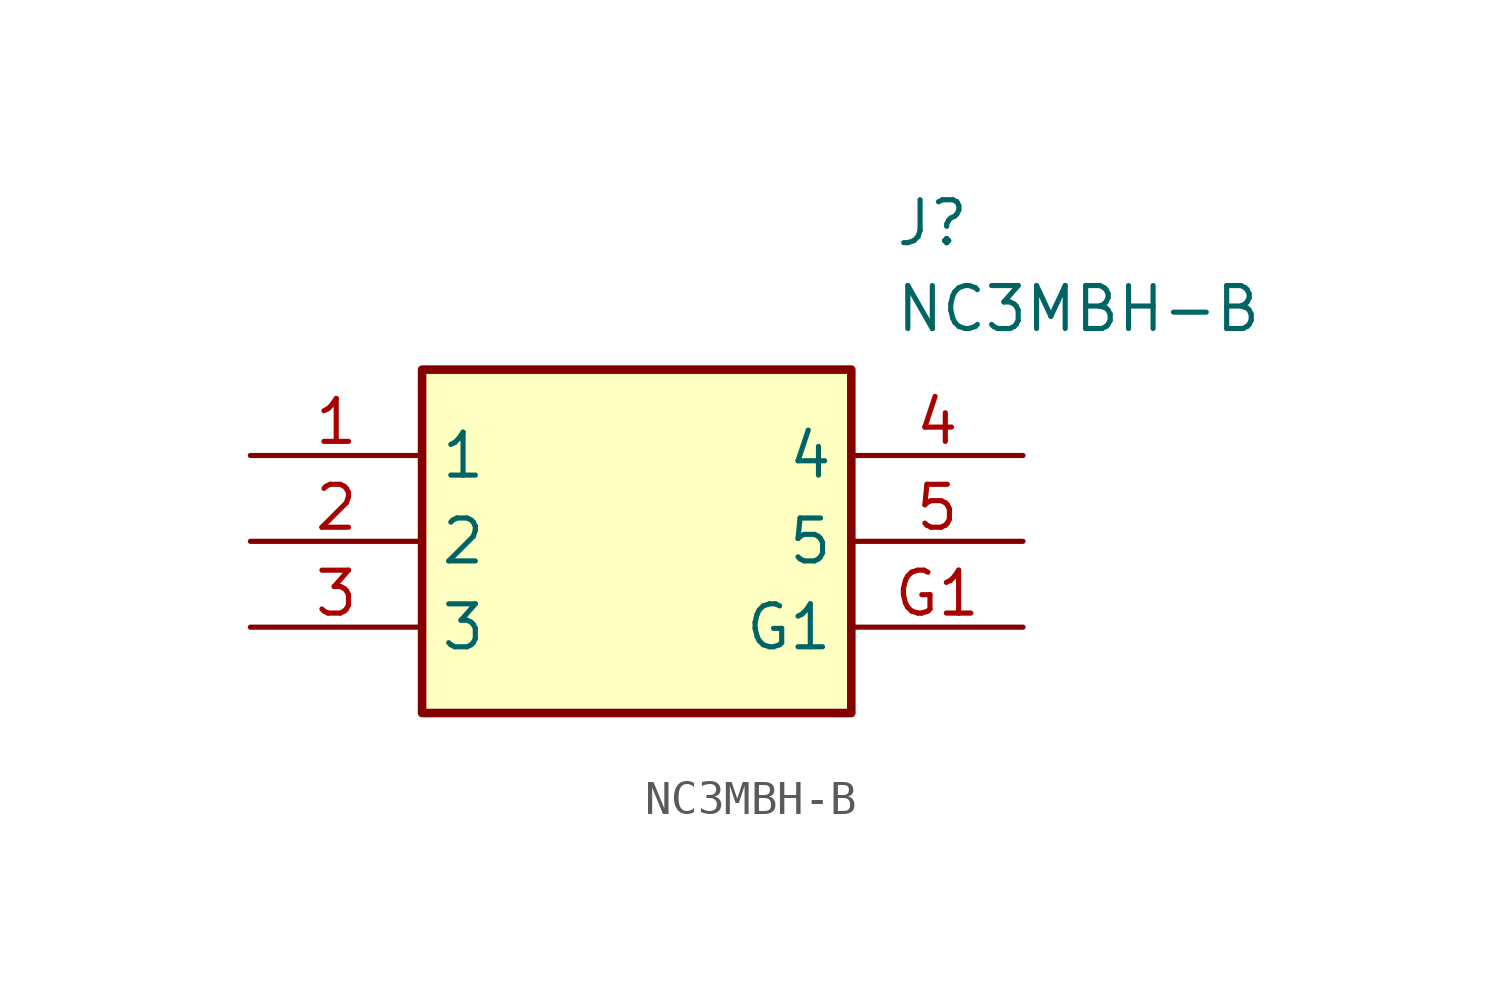
<source format=kicad_sym>
(kicad_symbol_lib
  (version 20211014)
  (generator SamacSys_ECAD_Model)
  (symbol "NC3MBH-B"
    (property "Reference" "J"
      (at 19.05 7.62 0)
      (effects (font (size 1.27 1.27)) (justify left top)))
    (property "Value" "NC3MBH-B"
      (at 19.05 5.08 0)
      (effects (font (size 1.27 1.27)) (justify left top)))
    (rectangle
      (start 5.08 2.54)
      (end 17.78 -7.62)
      (stroke (width 0.254) (type default))
      (fill (type background)))
    (pin passive line
      (at 0 0 0)
      (length 5.08)
      (name "1" (effects (font (size 1.27 1.27))))
      (number "1" (effects (font (size 1.27 1.27)))))
    (pin passive line
      (at 0 -2.54 0)
      (length 5.08)
      (name "2" (effects (font (size 1.27 1.27))))
      (number "2" (effects (font (size 1.27 1.27)))))
    (pin passive line
      (at 0 -5.08 0)
      (length 5.08)
      (name "3" (effects (font (size 1.27 1.27))))
      (number "3" (effects (font (size 1.27 1.27)))))
    (pin passive line
      (at 22.86 0 180)
      (length 5.08)
      (name "4" (effects (font (size 1.27 1.27))))
      (number "4" (effects (font (size 1.27 1.27)))))
    (pin passive line
      (at 22.86 -2.54 180)
      (length 5.08)
      (name "5" (effects (font (size 1.27 1.27))))
      (number "5" (effects (font (size 1.27 1.27)))))
    (pin passive line
      (at 22.86 -5.08 180)
      (length 5.08)
      (name "G1" (effects (font (size 1.27 1.27))))
      (number "G1" (effects (font (size 1.27 1.27)))))))
</source>
